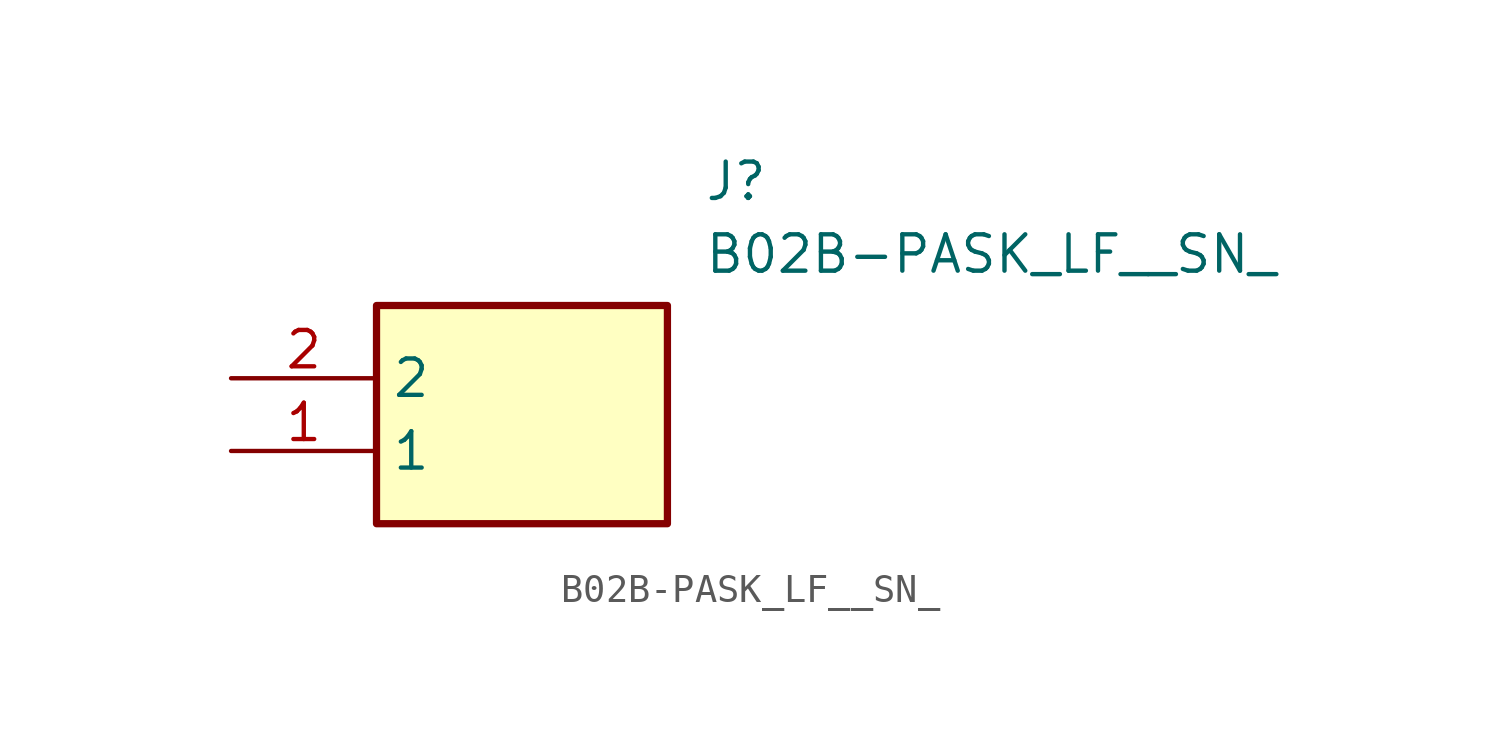
<source format=kicad_sym>
(kicad_symbol_lib
  (version 20211014)
  (generator SamacSys_ECAD_Model)
  (symbol "B02B-PASK_LF__SN_"
    (property "Reference" "J"
      (at 16.51 7.62 0)
      (effects (font (size 1.27 1.27)) (justify left top)))
    (property "Value" "B02B-PASK_LF__SN_"
      (at 16.51 5.08 0)
      (effects (font (size 1.27 1.27)) (justify left top)))
    (rectangle
      (start 5.08 2.54)
      (end 15.24 -5.08)
      (stroke (width 0.254) (type default))
      (fill (type background)))
    (pin passive line
      (at 0 -2.54 0)
      (length 5.08)
      (name "1" (effects (font (size 1.27 1.27))))
      (number "1" (effects (font (size 1.27 1.27)))))
    (pin passive line
      (at 0 0 0)
      (length 5.08)
      (name "2" (effects (font (size 1.27 1.27))))
      (number "2" (effects (font (size 1.27 1.27)))))))
</source>
